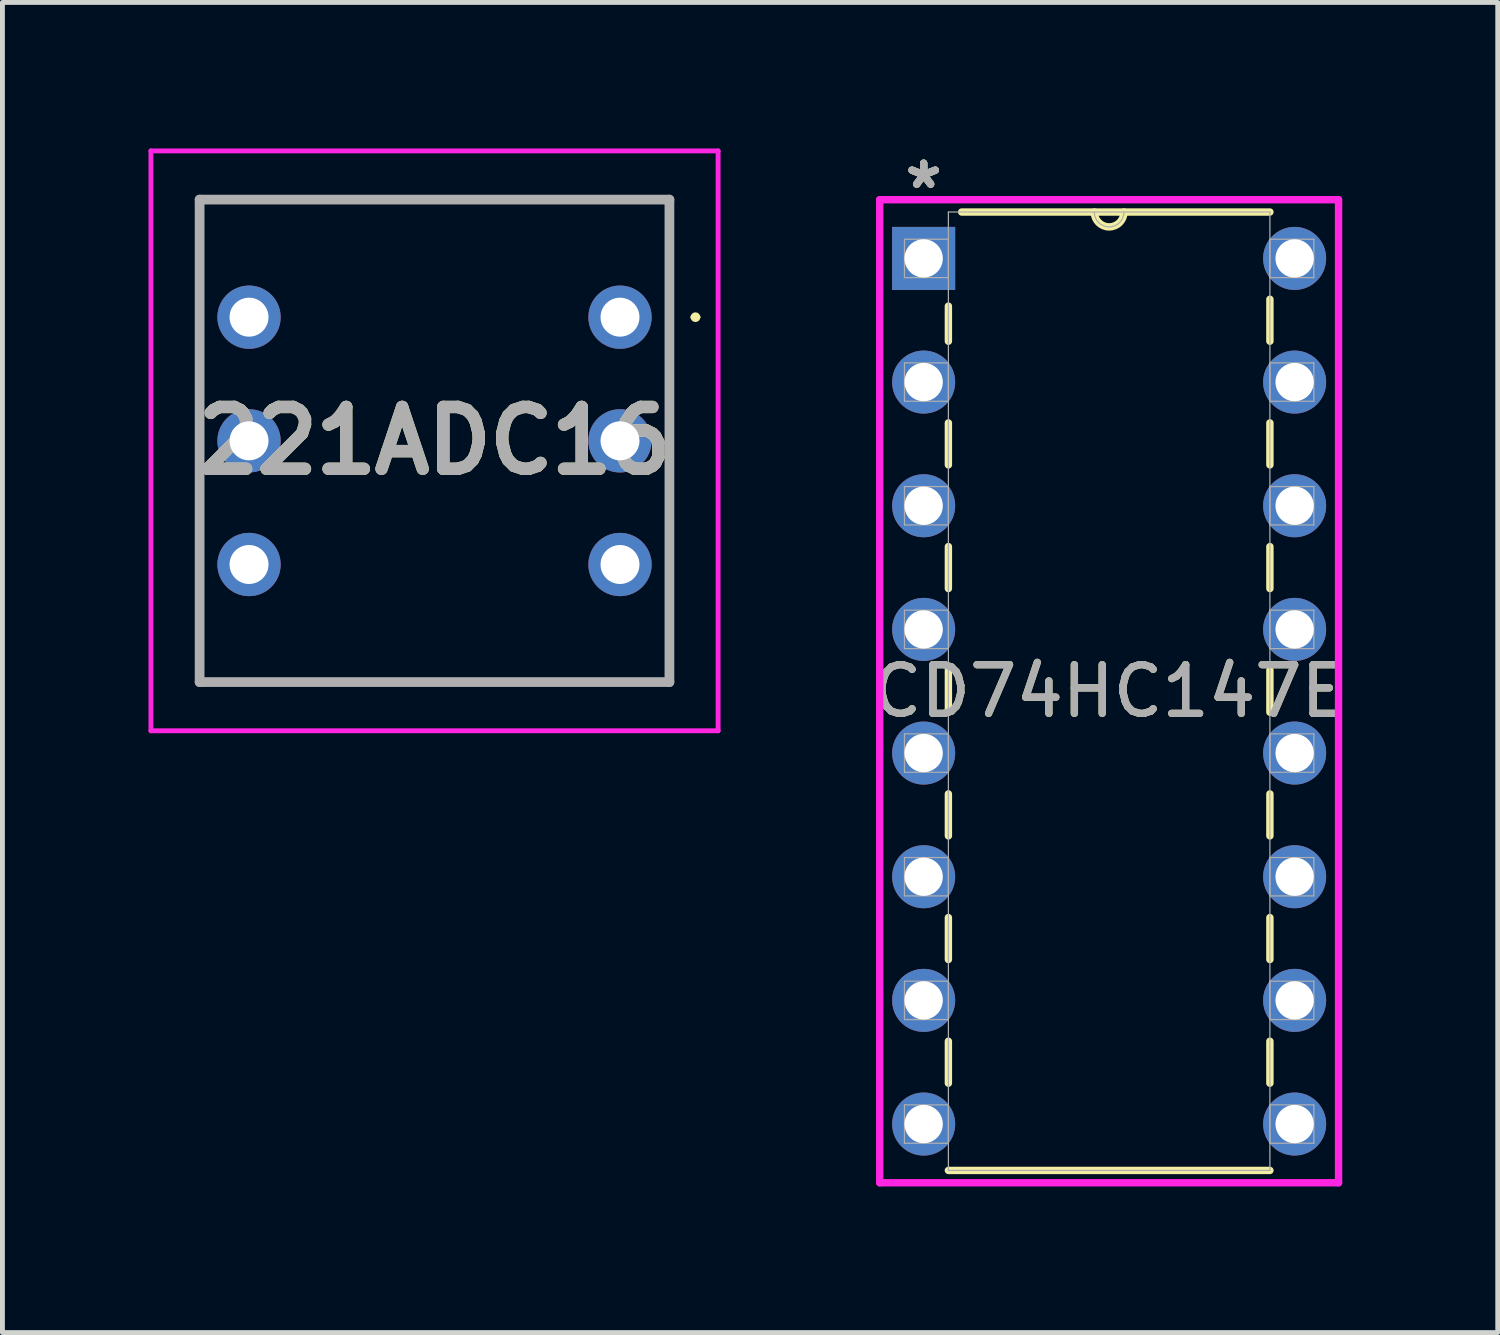
<source format=kicad_pcb>
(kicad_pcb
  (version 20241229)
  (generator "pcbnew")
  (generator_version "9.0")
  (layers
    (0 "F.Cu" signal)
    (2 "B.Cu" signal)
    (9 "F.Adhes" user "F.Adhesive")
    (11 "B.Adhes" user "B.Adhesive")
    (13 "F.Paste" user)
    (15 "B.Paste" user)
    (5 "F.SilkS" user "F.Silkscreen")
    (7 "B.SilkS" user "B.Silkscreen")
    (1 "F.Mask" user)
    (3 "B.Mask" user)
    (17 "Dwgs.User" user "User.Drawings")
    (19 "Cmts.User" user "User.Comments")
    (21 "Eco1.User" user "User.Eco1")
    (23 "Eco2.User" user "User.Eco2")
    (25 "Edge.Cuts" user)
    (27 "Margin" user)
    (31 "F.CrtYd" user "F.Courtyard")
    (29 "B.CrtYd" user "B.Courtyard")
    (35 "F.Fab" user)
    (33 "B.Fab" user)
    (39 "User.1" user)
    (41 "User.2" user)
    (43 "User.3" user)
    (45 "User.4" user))
  (footprint "221ADC16"
    (layer "F.Cu")
    (at 9.685 3.465)
    (property "Reference" "221ADC16" (at -3.81 2.54 0) (layer "F.SilkS") (effects (font (size 1.27 1.27) (thickness 0.254))))
    (attr through_hole)
    (fp_line (start -8.635 -2.415) (end -8.635 7.495) (stroke (width 0.1) (type solid)) (layer "F.SilkS"))
    (fp_line (start -8.635 7.495) (end 1.015 7.495) (stroke (width 0.1) (type solid)) (layer "F.SilkS"))
    (fp_line (start 1.015 -2.415) (end -8.635 -2.415) (stroke (width 0.1) (type solid)) (layer "F.SilkS"))
    (fp_line (start 1.015 7.495) (end 1.015 -2.415) (stroke (width 0.1) (type solid)) (layer "F.SilkS"))
    (fp_line (start 1.5 0) (end 1.5 0) (stroke (width 0.1) (type solid)) (layer "F.SilkS"))
    (fp_line (start 1.6 0) (end 1.6 0) (stroke (width 0.1) (type solid)) (layer "F.SilkS"))
    (fp_arc (start 1.5 0) (mid 1.55 -0.05) (end 1.6 0) (stroke (width 0.1) (type solid)) (layer "F.SilkS"))
    (fp_arc (start 1.6 0) (mid 1.55 0.05) (end 1.5 0) (stroke (width 0.1) (type solid)) (layer "F.SilkS"))
    (fp_line (start -9.635 -3.415) (end -9.635 8.495) (stroke (width 0.1) (type solid)) (layer "F.CrtYd"))
    (fp_line (start -9.635 8.495) (end 2.015 8.495) (stroke (width 0.1) (type solid)) (layer "F.CrtYd"))
    (fp_line (start 2.015 -3.415) (end -9.635 -3.415) (stroke (width 0.1) (type solid)) (layer "F.CrtYd"))
    (fp_line (start 2.015 8.495) (end 2.015 -3.415) (stroke (width 0.1) (type solid)) (layer "F.CrtYd"))
    (fp_line (start -8.635 -2.415) (end -8.635 7.495) (stroke (width 0.2) (type solid)) (layer "F.Fab"))
    (fp_line (start -8.635 7.495) (end 1.015 7.495) (stroke (width 0.2) (type solid)) (layer "F.Fab"))
    (fp_line (start 1.015 -2.415) (end -8.635 -2.415) (stroke (width 0.2) (type solid)) (layer "F.Fab"))
    (fp_line (start 1.015 7.495) (end 1.015 -2.415) (stroke (width 0.2) (type solid)) (layer "F.Fab"))
    (fp_text user "${REFERENCE}" (at -3.81 2.54 0) (layer "F.Fab") (effects (font (size 1.27 1.27) (thickness 0.254))))
    (pad "1" thru_hole circle (at 0 0) (size 1.3 1.3) (drill 0.8) (layers "*.Cu" "*.Mask"))
    (pad "2" thru_hole circle (at -7.62 5.08) (size 1.3 1.3) (drill 0.8) (layers "*.Cu" "*.Mask"))
    (pad "4" thru_hole circle (at 0 5.08) (size 1.3 1.3) (drill 0.8) (layers "*.Cu" "*.Mask"))
    (pad "8" thru_hole circle (at -7.62 0) (size 1.3 1.3) (drill 0.8) (layers "*.Cu" "*.Mask"))
    (pad "C1" thru_hole circle (at 0 2.54) (size 1.3 1.3) (drill 0.8) (layers "*.Cu" "*.Mask"))
    (pad "C2" thru_hole circle (at -7.62 2.54) (size 1.3 1.3) (drill 0.8) (layers "*.Cu" "*.Mask")))
  (footprint "CD74HC147E"
    (layer "F.Cu")
    (at 23.542 20.038)
    (property "Reference" "CD74HC147E" (at -3.81 -8.89 0) (unlocked yes) (layer "F.SilkS") (effects (font (size 1 1) (thickness 0.15))))
    (attr through_hole)
    (fp_line (start -7.112 -16.8) (end -7.112 -16.079) (stroke (width 0.152) (type solid)) (layer "F.SilkS"))
    (fp_line (start -7.112 -14.401) (end -7.112 -13.539) (stroke (width 0.152) (type solid)) (layer "F.SilkS"))
    (fp_line (start -7.112 -11.861) (end -7.112 -10.999) (stroke (width 0.152) (type solid)) (layer "F.SilkS"))
    (fp_line (start -7.112 -9.321) (end -7.112 -8.459) (stroke (width 0.152) (type solid)) (layer "F.SilkS"))
    (fp_line (start -7.112 -6.781) (end -7.112 -5.919) (stroke (width 0.152) (type solid)) (layer "F.SilkS"))
    (fp_line (start -7.112 -4.241) (end -7.112 -3.379) (stroke (width 0.152) (type solid)) (layer "F.SilkS"))
    (fp_line (start -7.112 -1.701) (end -7.112 -0.839) (stroke (width 0.152) (type solid)) (layer "F.SilkS"))
    (fp_line (start -7.112 0.953) (end -0.508 0.953) (stroke (width 0.152) (type solid)) (layer "F.SilkS"))
    (fp_line (start -0.508 -18.733) (end -6.839 -18.733) (stroke (width 0.152) (type solid)) (layer "F.SilkS"))
    (fp_line (start -0.508 -16.079) (end -0.508 -16.941) (stroke (width 0.152) (type solid)) (layer "F.SilkS"))
    (fp_line (start -0.508 -13.539) (end -0.508 -14.401) (stroke (width 0.152) (type solid)) (layer "F.SilkS"))
    (fp_line (start -0.508 -10.999) (end -0.508 -11.861) (stroke (width 0.152) (type solid)) (layer "F.SilkS"))
    (fp_line (start -0.508 -8.459) (end -0.508 -9.321) (stroke (width 0.152) (type solid)) (layer "F.SilkS"))
    (fp_line (start -0.508 -5.919) (end -0.508 -6.781) (stroke (width 0.152) (type solid)) (layer "F.SilkS"))
    (fp_line (start -0.508 -3.379) (end -0.508 -4.241) (stroke (width 0.152) (type solid)) (layer "F.SilkS"))
    (fp_line (start -0.508 -0.839) (end -0.508 -1.701) (stroke (width 0.152) (type solid)) (layer "F.SilkS"))
    (fp_arc (start -3.5052 -18.7325) (mid -3.81 -18.4277) (end -4.1148 -18.7325) (stroke (width 0.1524) (type solid)) (layer "F.SilkS"))
    (fp_line (start -8.522 -18.986) (end -8.522 1.206) (stroke (width 0.152) (type solid)) (layer "F.CrtYd"))
    (fp_line (start -8.522 1.206) (end 0.902 1.206) (stroke (width 0.152) (type solid)) (layer "F.CrtYd"))
    (fp_line (start 0.902 -18.986) (end -8.522 -18.986) (stroke (width 0.152) (type solid)) (layer "F.CrtYd"))
    (fp_line (start 0.902 1.206) (end 0.902 -18.986) (stroke (width 0.152) (type solid)) (layer "F.CrtYd"))
    (fp_line (start -8.014 -18.174) (end -8.014 -17.386) (stroke (width 0.025) (type solid)) (layer "F.Fab"))
    (fp_line (start -8.014 -17.386) (end -7.112 -17.386) (stroke (width 0.025) (type solid)) (layer "F.Fab"))
    (fp_line (start -8.014 -15.634) (end -8.014 -14.846) (stroke (width 0.025) (type solid)) (layer "F.Fab"))
    (fp_line (start -8.014 -14.846) (end -7.112 -14.846) (stroke (width 0.025) (type solid)) (layer "F.Fab"))
    (fp_line (start -8.014 -13.094) (end -8.014 -12.306) (stroke (width 0.025) (type solid)) (layer "F.Fab"))
    (fp_line (start -8.014 -12.306) (end -7.112 -12.306) (stroke (width 0.025) (type solid)) (layer "F.Fab"))
    (fp_line (start -8.014 -10.554) (end -8.014 -9.766) (stroke (width 0.025) (type solid)) (layer "F.Fab"))
    (fp_line (start -8.014 -9.766) (end -7.112 -9.766) (stroke (width 0.025) (type solid)) (layer "F.Fab"))
    (fp_line (start -8.014 -8.014) (end -8.014 -7.226) (stroke (width 0.025) (type solid)) (layer "F.Fab"))
    (fp_line (start -8.014 -7.226) (end -7.112 -7.226) (stroke (width 0.025) (type solid)) (layer "F.Fab"))
    (fp_line (start -8.014 -5.474) (end -8.014 -4.686) (stroke (width 0.025) (type solid)) (layer "F.Fab"))
    (fp_line (start -8.014 -4.686) (end -7.112 -4.686) (stroke (width 0.025) (type solid)) (layer "F.Fab"))
    (fp_line (start -8.014 -2.934) (end -8.014 -2.146) (stroke (width 0.025) (type solid)) (layer "F.Fab"))
    (fp_line (start -8.014 -2.146) (end -7.112 -2.146) (stroke (width 0.025) (type solid)) (layer "F.Fab"))
    (fp_line (start -8.014 -0.394) (end -8.014 0.394) (stroke (width 0.025) (type solid)) (layer "F.Fab"))
    (fp_line (start -8.014 0.394) (end -7.112 0.394) (stroke (width 0.025) (type solid)) (layer "F.Fab"))
    (fp_line (start -7.112 -18.733) (end -7.112 0.953) (stroke (width 0.025) (type solid)) (layer "F.Fab"))
    (fp_line (start -7.112 -18.174) (end -8.014 -18.174) (stroke (width 0.025) (type solid)) (layer "F.Fab"))
    (fp_line (start -7.112 -17.386) (end -7.112 -18.174) (stroke (width 0.025) (type solid)) (layer "F.Fab"))
    (fp_line (start -7.112 -15.634) (end -8.014 -15.634) (stroke (width 0.025) (type solid)) (layer "F.Fab"))
    (fp_line (start -7.112 -14.846) (end -7.112 -15.634) (stroke (width 0.025) (type solid)) (layer "F.Fab"))
    (fp_line (start -7.112 -13.094) (end -8.014 -13.094) (stroke (width 0.025) (type solid)) (layer "F.Fab"))
    (fp_line (start -7.112 -12.306) (end -7.112 -13.094) (stroke (width 0.025) (type solid)) (layer "F.Fab"))
    (fp_line (start -7.112 -10.554) (end -8.014 -10.554) (stroke (width 0.025) (type solid)) (layer "F.Fab"))
    (fp_line (start -7.112 -9.766) (end -7.112 -10.554) (stroke (width 0.025) (type solid)) (layer "F.Fab"))
    (fp_line (start -7.112 -8.014) (end -8.014 -8.014) (stroke (width 0.025) (type solid)) (layer "F.Fab"))
    (fp_line (start -7.112 -7.226) (end -7.112 -8.014) (stroke (width 0.025) (type solid)) (layer "F.Fab"))
    (fp_line (start -7.112 -5.474) (end -8.014 -5.474) (stroke (width 0.025) (type solid)) (layer "F.Fab"))
    (fp_line (start -7.112 -4.686) (end -7.112 -5.474) (stroke (width 0.025) (type solid)) (layer "F.Fab"))
    (fp_line (start -7.112 -2.934) (end -8.014 -2.934) (stroke (width 0.025) (type solid)) (layer "F.Fab"))
    (fp_line (start -7.112 -2.146) (end -7.112 -2.934) (stroke (width 0.025) (type solid)) (layer "F.Fab"))
    (fp_line (start -7.112 -0.394) (end -8.014 -0.394) (stroke (width 0.025) (type solid)) (layer "F.Fab"))
    (fp_line (start -7.112 0.394) (end -7.112 -0.394) (stroke (width 0.025) (type solid)) (layer "F.Fab"))
    (fp_line (start -7.112 0.953) (end -0.508 0.953) (stroke (width 0.025) (type solid)) (layer "F.Fab"))
    (fp_line (start -0.508 -18.733) (end -7.112 -18.733) (stroke (width 0.025) (type solid)) (layer "F.Fab"))
    (fp_line (start -0.508 -18.174) (end -0.508 -17.386) (stroke (width 0.025) (type solid)) (layer "F.Fab"))
    (fp_line (start -0.508 -17.386) (end 0.394 -17.386) (stroke (width 0.025) (type solid)) (layer "F.Fab"))
    (fp_line (start -0.508 -15.634) (end -0.508 -14.846) (stroke (width 0.025) (type solid)) (layer "F.Fab"))
    (fp_line (start -0.508 -14.846) (end 0.394 -14.846) (stroke (width 0.025) (type solid)) (layer "F.Fab"))
    (fp_line (start -0.508 -13.094) (end -0.508 -12.306) (stroke (width 0.025) (type solid)) (layer "F.Fab"))
    (fp_line (start -0.508 -12.306) (end 0.394 -12.306) (stroke (width 0.025) (type solid)) (layer "F.Fab"))
    (fp_line (start -0.508 -10.554) (end -0.508 -9.766) (stroke (width 0.025) (type solid)) (layer "F.Fab"))
    (fp_line (start -0.508 -9.766) (end 0.394 -9.766) (stroke (width 0.025) (type solid)) (layer "F.Fab"))
    (fp_line (start -0.508 -8.014) (end -0.508 -7.226) (stroke (width 0.025) (type solid)) (layer "F.Fab"))
    (fp_line (start -0.508 -7.226) (end 0.394 -7.226) (stroke (width 0.025) (type solid)) (layer "F.Fab"))
    (fp_line (start -0.508 -5.474) (end -0.508 -4.686) (stroke (width 0.025) (type solid)) (layer "F.Fab"))
    (fp_line (start -0.508 -4.686) (end 0.394 -4.686) (stroke (width 0.025) (type solid)) (layer "F.Fab"))
    (fp_line (start -0.508 -2.934) (end -0.508 -2.146) (stroke (width 0.025) (type solid)) (layer "F.Fab"))
    (fp_line (start -0.508 -2.146) (end 0.394 -2.146) (stroke (width 0.025) (type solid)) (layer "F.Fab"))
    (fp_line (start -0.508 -0.394) (end -0.508 0.394) (stroke (width 0.025) (type solid)) (layer "F.Fab"))
    (fp_line (start -0.508 0.394) (end 0.394 0.394) (stroke (width 0.025) (type solid)) (layer "F.Fab"))
    (fp_line (start -0.508 0.953) (end -0.508 -18.733) (stroke (width 0.025) (type solid)) (layer "F.Fab"))
    (fp_line (start 0.394 -18.174) (end -0.508 -18.174) (stroke (width 0.025) (type solid)) (layer "F.Fab"))
    (fp_line (start 0.394 -17.386) (end 0.394 -18.174) (stroke (width 0.025) (type solid)) (layer "F.Fab"))
    (fp_line (start 0.394 -15.634) (end -0.508 -15.634) (stroke (width 0.025) (type solid)) (layer "F.Fab"))
    (fp_line (start 0.394 -14.846) (end 0.394 -15.634) (stroke (width 0.025) (type solid)) (layer "F.Fab"))
    (fp_line (start 0.394 -13.094) (end -0.508 -13.094) (stroke (width 0.025) (type solid)) (layer "F.Fab"))
    (fp_line (start 0.394 -12.306) (end 0.394 -13.094) (stroke (width 0.025) (type solid)) (layer "F.Fab"))
    (fp_line (start 0.394 -10.554) (end -0.508 -10.554) (stroke (width 0.025) (type solid)) (layer "F.Fab"))
    (fp_line (start 0.394 -9.766) (end 0.394 -10.554) (stroke (width 0.025) (type solid)) (layer "F.Fab"))
    (fp_line (start 0.394 -8.014) (end -0.508 -8.014) (stroke (width 0.025) (type solid)) (layer "F.Fab"))
    (fp_line (start 0.394 -7.226) (end 0.394 -8.014) (stroke (width 0.025) (type solid)) (layer "F.Fab"))
    (fp_line (start 0.394 -5.474) (end -0.508 -5.474) (stroke (width 0.025) (type solid)) (layer "F.Fab"))
    (fp_line (start 0.394 -4.686) (end 0.394 -5.474) (stroke (width 0.025) (type solid)) (layer "F.Fab"))
    (fp_line (start 0.394 -2.934) (end -0.508 -2.934) (stroke (width 0.025) (type solid)) (layer "F.Fab"))
    (fp_line (start 0.394 -2.146) (end 0.394 -2.934) (stroke (width 0.025) (type solid)) (layer "F.Fab"))
    (fp_line (start 0.394 -0.394) (end -0.508 -0.394) (stroke (width 0.025) (type solid)) (layer "F.Fab"))
    (fp_line (start 0.394 0.394) (end 0.394 -0.394) (stroke (width 0.025) (type solid)) (layer "F.Fab"))
    (fp_arc (start -3.5052 -18.7325) (mid -3.81 -18.4277) (end -4.1148 -18.7325) (stroke (width 0.0254) (type solid)) (layer "F.Fab"))
    (fp_text user "*" (at -7.62 -19.19 0) (unlocked yes) (layer "F.SilkS") (effects (font (size 1 1) (thickness 0.15))))
    (fp_text user "*" (at -7.62 -19.19 0) (layer "F.SilkS") (effects (font (size 1 1) (thickness 0.15))))
    (fp_text user "*" (at -7.62 -19.19 0) (unlocked yes) (layer "F.Fab") (effects (font (size 1 1) (thickness 0.15))))
    (fp_text user "${REFERENCE}" (at -3.81 -8.89 0) (unlocked yes) (layer "F.Fab") (effects (font (size 1 1) (thickness 0.15))))
    (fp_text user "*" (at -7.62 -19.19 0) (layer "F.Fab") (effects (font (size 1 1) (thickness 0.15))))
    (pad "1" thru_hole rect (at -7.62 -17.78) (size 1.295 1.295) (drill 0.787) (layers "*.Cu" "*.Mask"))
    (pad "2" thru_hole circle (at -7.62 -15.24) (size 1.295 1.295) (drill 0.787) (layers "*.Cu" "*.Mask"))
    (pad "3" thru_hole circle (at -7.62 -12.7) (size 1.295 1.295) (drill 0.787) (layers "*.Cu" "*.Mask"))
    (pad "4" thru_hole circle (at -7.62 -10.16) (size 1.295 1.295) (drill 0.787) (layers "*.Cu" "*.Mask"))
    (pad "5" thru_hole circle (at -7.62 -7.62) (size 1.295 1.295) (drill 0.787) (layers "*.Cu" "*.Mask"))
    (pad "6" thru_hole circle (at -7.62 -5.08) (size 1.295 1.295) (drill 0.787) (layers "*.Cu" "*.Mask"))
    (pad "7" thru_hole circle (at -7.62 -2.54) (size 1.295 1.295) (drill 0.787) (layers "*.Cu" "*.Mask"))
    (pad "8" thru_hole circle (at -7.62 0) (size 1.295 1.295) (drill 0.787) (layers "*.Cu" "*.Mask"))
    (pad "9" thru_hole circle (at 0 0) (size 1.295 1.295) (drill 0.787) (layers "*.Cu" "*.Mask"))
    (pad "10" thru_hole circle (at 0 -2.54) (size 1.295 1.295) (drill 0.787) (layers "*.Cu" "*.Mask"))
    (pad "11" thru_hole circle (at 0 -5.08) (size 1.295 1.295) (drill 0.787) (layers "*.Cu" "*.Mask"))
    (pad "12" thru_hole circle (at 0 -7.62) (size 1.295 1.295) (drill 0.787) (layers "*.Cu" "*.Mask"))
    (pad "13" thru_hole circle (at 0 -10.16) (size 1.295 1.295) (drill 0.787) (layers "*.Cu" "*.Mask"))
    (pad "14" thru_hole circle (at 0 -12.7) (size 1.295 1.295) (drill 0.787) (layers "*.Cu" "*.Mask"))
    (pad "15" thru_hole circle (at 0 -15.24) (size 1.295 1.295) (drill 0.787) (layers "*.Cu" "*.Mask"))
    (pad "16" thru_hole circle (at 0 -17.78) (size 1.295 1.295) (drill 0.787) (layers "*.Cu" "*.Mask")))
  (gr_rect
    (start -3 -3)
    (end 27.714 24.321)
    (stroke (width 0.1) (type default))
    (fill no)
    (layer "Edge.Cuts")))
</source>
